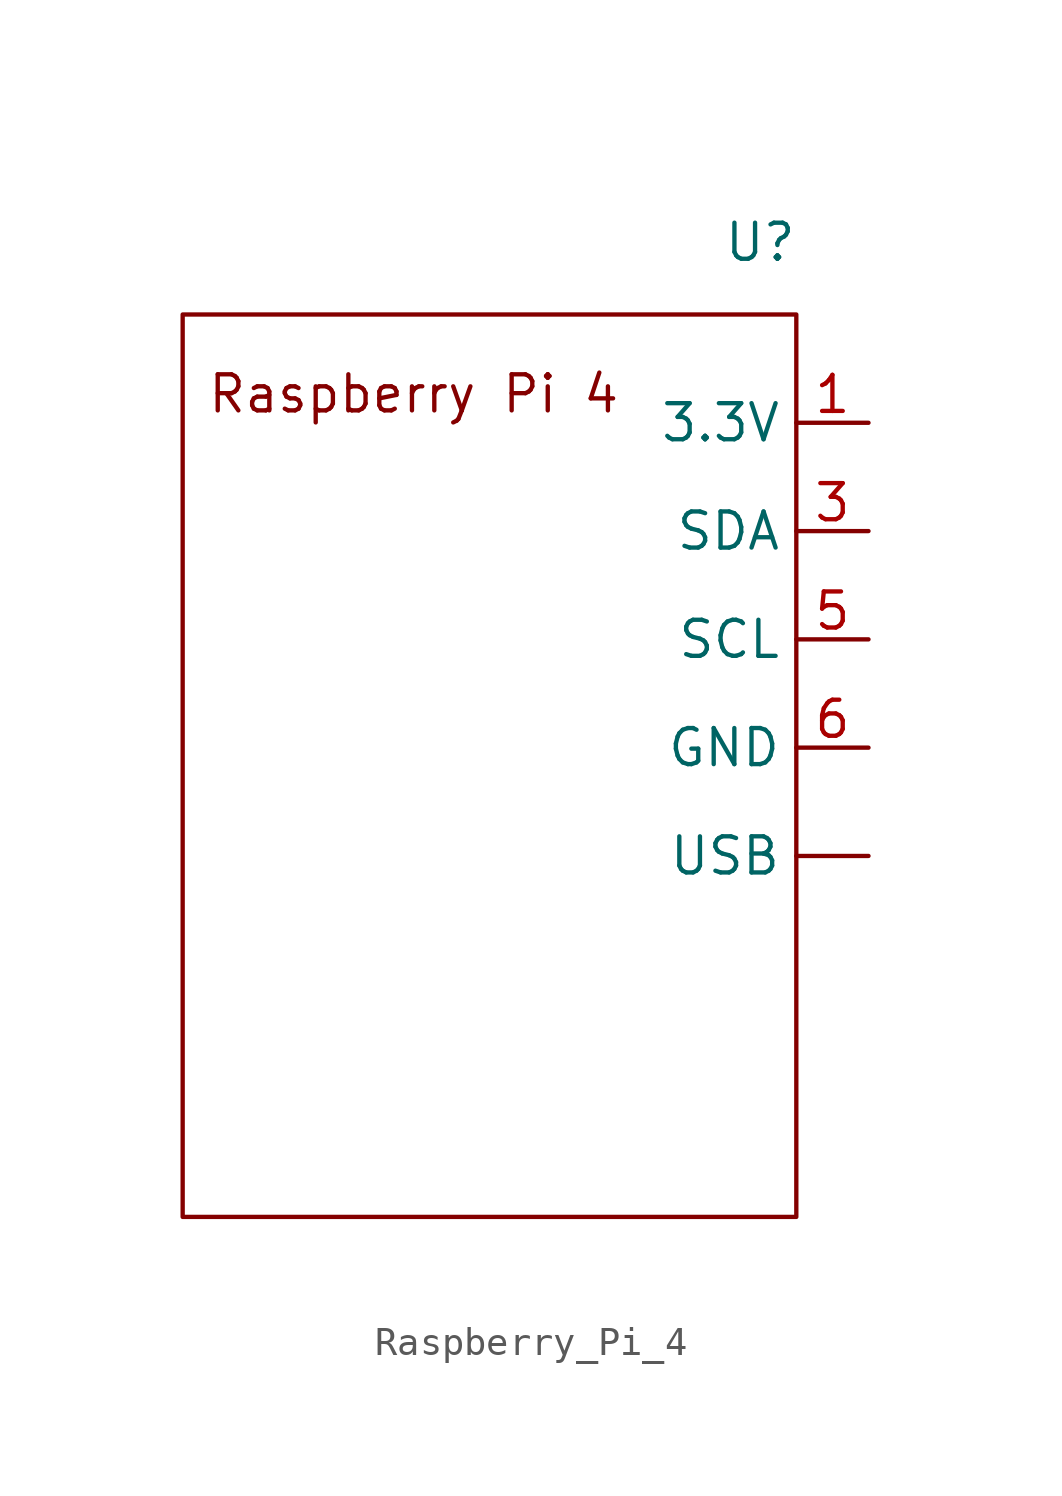
<source format=kicad_sym>
(kicad_symbol_lib
  (version 20231120)
  (generator "kicad_symbol_editor")
  (generator_version "8.0")
  (symbol "Raspberry_Pi_4"
    (property "Reference" "U"
      (at 0 0 0)
      (effects (font (size 1.27 1.27))))
    (property "Value" ""
      (at 0 0 0)
      (effects (font (size 1.27 1.27))))
    (symbol "Raspberry_Pi_4_0_1"
      (rectangle (start 1.27 -2.54) (end -20.32 -34.29) (stroke (width 0) (type default)) (fill (type none))))
    (symbol "Raspberry_Pi_4_1_1"
      (text "Raspberry Pi 4" (at -12.192 -5.334 0) (effects (font (size 1.27 1.27))))
      (pin output line (at 3.81 -21.59 180) (length 2.54) (name "USB" (effects (font (size 1.27 1.27)))) (number "" (effects (font (size 1.27 1.27)))))
      (pin output line (at 3.81 -6.35 180) (length 2.54) (name "3.3V" (effects (font (size 1.27 1.27)))) (number "1" (effects (font (size 1.27 1.27)))))
      (pin output line (at 3.81 -10.16 180) (length 2.54) (name "SDA" (effects (font (size 1.27 1.27)))) (number "3" (effects (font (size 1.27 1.27)))))
      (pin output line (at 3.81 -13.97 180) (length 2.54) (name "SCL" (effects (font (size 1.27 1.27)))) (number "5" (effects (font (size 1.27 1.27)))))
      (pin output line (at 3.81 -17.78 180) (length 2.54) (name "GND" (effects (font (size 1.27 1.27)))) (number "6" (effects (font (size 1.27 1.27))))))))
</source>
